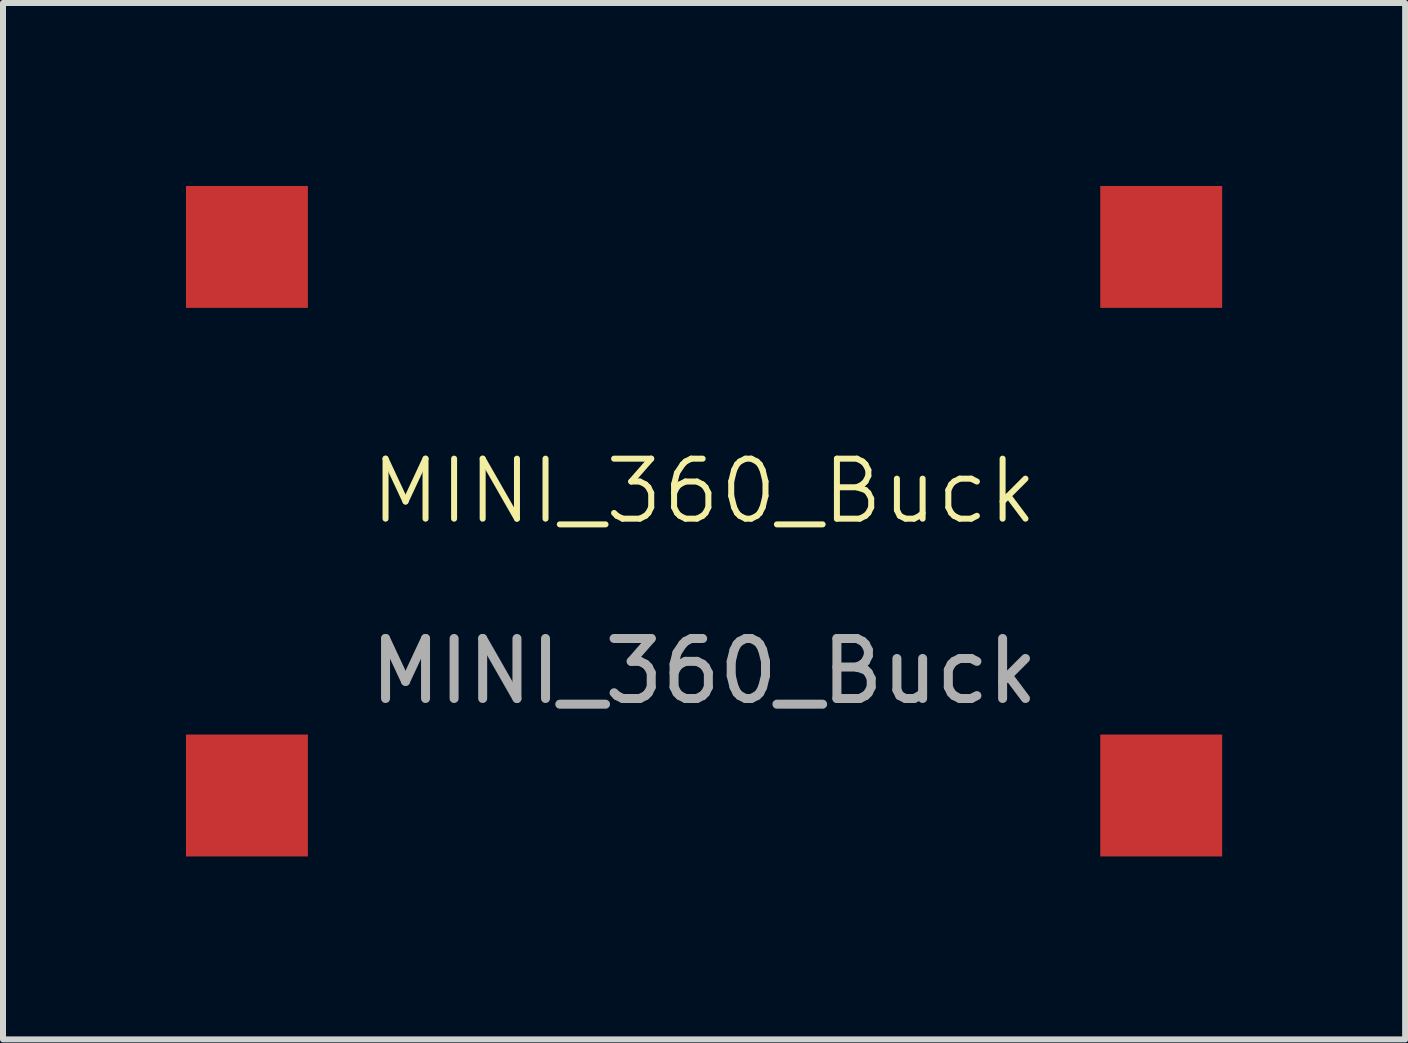
<source format=kicad_pcb>
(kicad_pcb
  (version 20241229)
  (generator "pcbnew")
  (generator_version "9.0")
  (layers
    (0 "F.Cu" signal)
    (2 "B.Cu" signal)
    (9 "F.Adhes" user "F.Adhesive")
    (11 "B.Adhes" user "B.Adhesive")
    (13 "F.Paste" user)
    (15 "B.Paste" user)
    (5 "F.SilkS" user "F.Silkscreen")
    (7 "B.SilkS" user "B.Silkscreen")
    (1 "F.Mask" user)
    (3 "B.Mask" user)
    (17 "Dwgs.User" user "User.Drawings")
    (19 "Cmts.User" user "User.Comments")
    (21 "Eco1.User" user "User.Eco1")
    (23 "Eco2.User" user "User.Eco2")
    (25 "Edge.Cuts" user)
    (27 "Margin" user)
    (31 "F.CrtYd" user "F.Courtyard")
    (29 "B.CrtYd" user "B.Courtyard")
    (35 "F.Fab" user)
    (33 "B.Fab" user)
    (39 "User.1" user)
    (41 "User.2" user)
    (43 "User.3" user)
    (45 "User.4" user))
  (footprint "MINI_360_Buck"
    (layer "F.Cu")
    (at 8.686 5.638)
    (property "Reference" "MINI_360_Buck" (at 0 -0.5 0) (unlocked yes) (layer "F.SilkS") (effects (font (size 1 1) (thickness 0.1))))
    (attr smd)
    (fp_rect (start -8.636 -5.588) (end 8.636 5.588) (stroke (width 0.1) (type default)) (fill no) (layer "Margin"))
    (fp_text user "${REFERENCE}" (at 0 2.5 0) (unlocked yes) (layer "F.Fab") (effects (font (size 1 1) (thickness 0.15))))
    (pad "1" smd rect (at -7.62 -4.572) (size 2.032 2.032) (layers "F.Cu" "F.Mask" "F.Paste"))
    (pad "2" smd rect (at -7.62 4.572) (size 2.032 2.032) (layers "F.Cu" "F.Mask" "F.Paste"))
    (pad "3" smd rect (at 7.62 -4.572) (size 2.032 2.032) (layers "F.Cu" "F.Mask" "F.Paste"))
    (pad "4" smd rect (at 7.62 4.572) (size 2.032 2.032) (layers "F.Cu" "F.Mask" "F.Paste")))
  (gr_rect
    (start -3 -3)
    (end 20.372 14.276)
    (stroke (width 0.1) (type default))
    (fill no)
    (layer "Edge.Cuts")))
</source>
